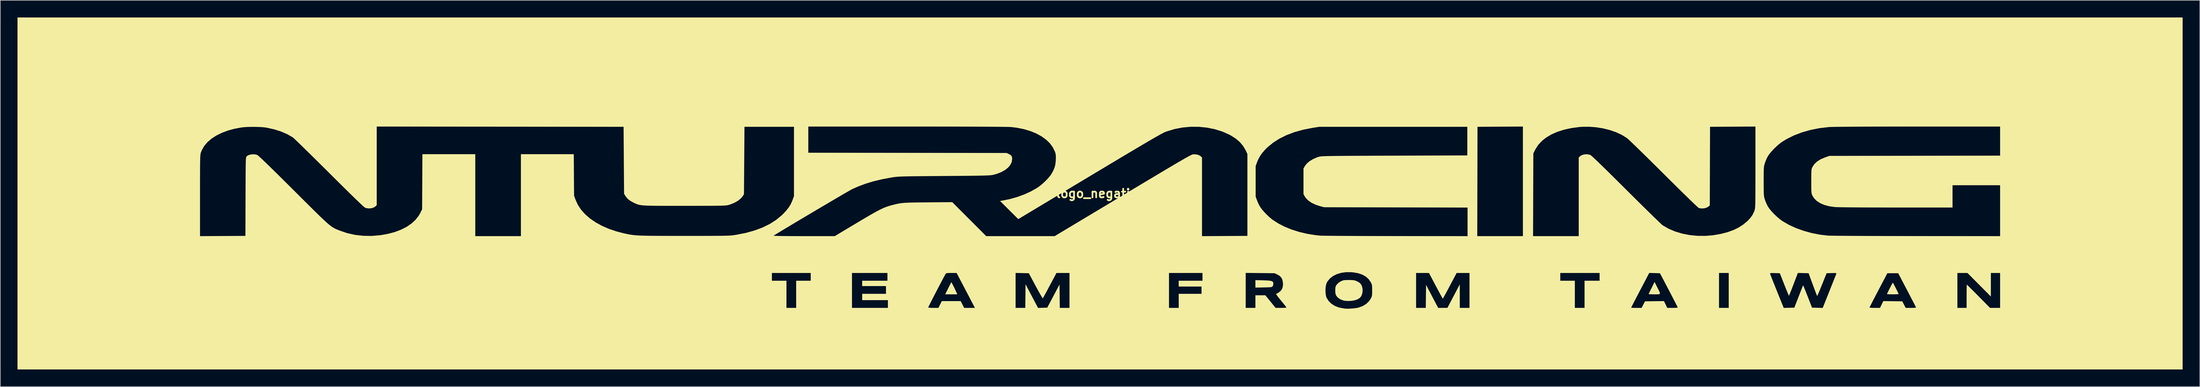
<source format=kicad_pcb>
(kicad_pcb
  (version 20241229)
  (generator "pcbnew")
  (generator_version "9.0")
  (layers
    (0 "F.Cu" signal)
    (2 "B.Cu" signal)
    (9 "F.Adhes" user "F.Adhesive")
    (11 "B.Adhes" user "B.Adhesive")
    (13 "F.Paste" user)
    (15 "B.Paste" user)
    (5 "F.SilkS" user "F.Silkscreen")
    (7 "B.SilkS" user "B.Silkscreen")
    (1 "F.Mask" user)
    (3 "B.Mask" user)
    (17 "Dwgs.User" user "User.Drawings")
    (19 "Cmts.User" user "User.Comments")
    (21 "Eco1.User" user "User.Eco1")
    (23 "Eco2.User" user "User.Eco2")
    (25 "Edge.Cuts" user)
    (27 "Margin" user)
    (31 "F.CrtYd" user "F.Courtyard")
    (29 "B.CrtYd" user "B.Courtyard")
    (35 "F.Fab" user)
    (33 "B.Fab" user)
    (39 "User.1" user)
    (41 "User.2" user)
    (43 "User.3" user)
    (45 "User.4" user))
  (footprint "logo_negative"
    (layer "F.Cu")
    (at 188.807 30.734)
    (property "Reference" "logo_negative" (at 0 0 0) (layer "F.SilkS") (effects (font (size 1.5 1.5) (thickness 0.3))))
    (attr board_only exclude_from_pos_files exclude_from_bom)
    (fp_poly (pts (xy -25.898 15.562) (xy -25.795 15.74) (xy -25.653 16.008) (xy -25.487 16.337) (xy -25.314 16.694) (xy -25.15 17.049) (xy -25.107 17.145) (xy -24.901 17.611) (xy -25.956 17.611) (xy -27.01 17.611) (xy -26.492 16.573) (xy -26.301 16.194) (xy -26.138 15.872) (xy -26.017 15.636) (xy -25.952 15.516) (xy -25.946 15.506)) (stroke (width 0) (type solid)) (fill yes) (layer "F.SilkS"))
    (fp_poly (pts (xy 28.431 15.168) (xy 29.034 15.187) (xy 29.488 15.22) (xy 29.813 15.273) (xy 30.029 15.353) (xy 30.155 15.466) (xy 30.213 15.619) (xy 30.223 15.771) (xy 30.182 16.021) (xy 30.093 16.214) (xy 30.034 16.276) (xy 29.947 16.322) (xy 29.808 16.354) (xy 29.59 16.377) (xy 29.267 16.392) (xy 28.814 16.404) (xy 28.529 16.41) (xy 27.093 16.436) (xy 27.093 15.787) (xy 27.093 15.138)) (stroke (width 0) (type solid)) (fill yes) (layer "F.SilkS"))
    (fp_poly (pts (xy 97.154 16.342) (xy 97.393 16.814) (xy 97.557 17.153) (xy 97.638 17.38) (xy 97.628 17.517) (xy 97.52 17.587) (xy 97.305 17.612) (xy 96.975 17.612) (xy 96.695 17.611) (xy 96.302 17.607) (xy 95.978 17.598) (xy 95.758 17.584) (xy 95.673 17.568) (xy 95.673 17.567) (xy 95.709 17.479) (xy 95.808 17.27) (xy 95.955 16.967) (xy 96.137 16.599) (xy 96.192 16.489) (xy 96.71 15.455)) (stroke (width 0) (type solid)) (fill yes) (layer "F.SilkS"))
    (fp_poly (pts (xy 138.31 15.649) (xy 138.416 15.837) (xy 138.561 16.109) (xy 138.728 16.43) (xy 138.899 16.766) (xy 139.056 17.082) (xy 139.182 17.345) (xy 139.26 17.519) (xy 139.277 17.569) (xy 139.197 17.585) (xy 138.982 17.598) (xy 138.662 17.607) (xy 138.271 17.611) (xy 138.261 17.611) (xy 137.868 17.607) (xy 137.547 17.599) (xy 137.328 17.586) (xy 137.245 17.57) (xy 137.245 17.569) (xy 137.281 17.473) (xy 137.377 17.265) (xy 137.515 16.981) (xy 137.679 16.654) (xy 137.851 16.319) (xy 138.012 16.011) (xy 138.146 15.763) (xy 138.235 15.611) (xy 138.261 15.579)) (stroke (width 0) (type solid)) (fill yes) (layer "F.SilkS"))
    (fp_poly (pts (xy 43.392 15.113) (xy 43.835 15.119) (xy 44.156 15.14) (xy 44.401 15.182) (xy 44.618 15.253) (xy 44.743 15.307) (xy 45.111 15.497) (xy 45.361 15.689) (xy 45.542 15.927) (xy 45.645 16.129) (xy 45.771 16.558) (xy 45.793 17.032) (xy 45.721 17.501) (xy 45.561 17.916) (xy 45.327 18.221) (xy 45.155 18.339) (xy 44.899 18.479) (xy 44.744 18.552) (xy 44.367 18.668) (xy 43.886 18.744) (xy 43.364 18.776) (xy 42.862 18.76) (xy 42.444 18.694) (xy 42.414 18.686) (xy 41.871 18.468) (xy 41.446 18.162) (xy 41.216 17.882) (xy 41.108 17.673) (xy 41.048 17.443) (xy 41.024 17.133) (xy 41.021 16.926) (xy 41.029 16.576) (xy 41.061 16.336) (xy 41.133 16.143) (xy 41.26 15.939) (xy 41.265 15.932) (xy 41.618 15.57) (xy 41.984 15.347) (xy 42.214 15.242) (xy 42.419 15.174) (xy 42.649 15.135) (xy 42.951 15.117) (xy 43.371 15.113)) (stroke (width 0) (type solid)) (fill yes) (layer "F.SilkS"))
    (fp_poly (pts (xy 188.807 0) (xy 188.807 30.734) (xy 0 30.734) (xy -188.807 30.734) (xy -188.807 13.885) (xy -57.235 13.885) (xy -57.235 14.563) (xy -57.235 15.24) (xy -55.965 15.24) (xy -54.695 15.24) (xy -54.695 17.611) (xy -54.695 19.981) (xy -53.848 19.981) (xy -53.001 19.981) (xy -53.001 17.611) (xy -53.001 15.24) (xy -51.731 15.24) (xy -50.461 15.24) (xy -50.461 14.563) (xy -50.461 13.885) (xy -43.265 13.885) (xy -43.265 16.933) (xy -43.265 19.981) (xy -40.132 19.981) (xy -36.999 19.981) (xy -36.999 19.895) (xy -29.972 19.895) (xy -29.891 19.936) (xy -29.66 19.964) (xy -29.301 19.979) (xy -29.084 19.981) (xy -28.196 19.981) (xy -27.898 19.389) (xy -27.599 18.796) (xy -25.95 18.796) (xy -24.301 18.796) (xy -24.003 19.389) (xy -23.705 19.981) (xy -22.767 19.981) (xy -21.829 19.981) (xy -22.523 18.648) (xy -22.785 18.146) (xy -23.099 17.544) (xy -23.441 16.891) (xy -23.783 16.237) (xy -24.101 15.631) (xy -24.117 15.6) (xy -25.018 13.885) (xy -25.927 13.885) (xy -26.332 13.888) (xy -26.601 13.899) (xy -26.769 13.925) (xy -26.87 13.973) (xy -26.937 14.049) (xy -26.954 14.076) (xy -27.04 14.226) (xy -27.188 14.498) (xy -27.386 14.869) (xy -27.625 15.322) (xy -27.895 15.834) (xy -28.184 16.388) (xy -28.482 16.961) (xy -28.78 17.536) (xy -29.066 18.09) (xy -29.33 18.605) (xy -29.562 19.06) (xy -29.752 19.436) (xy -29.889 19.712) (xy -29.962 19.868) (xy -29.972 19.895) (xy -36.999 19.895) (xy -36.999 19.304) (xy -36.999 18.627) (xy -39.243 18.627) (xy -41.487 18.627) (xy -41.487 18.076) (xy -41.487 17.526) (xy -39.412 17.526) (xy -37.338 17.526) (xy -37.338 16.849) (xy -37.338 16.171) (xy -39.412 16.171) (xy -41.487 16.171) (xy -41.487 15.706) (xy -41.487 15.24) (xy -39.285 15.24) (xy -37.084 15.24) (xy -37.084 14.563) (xy -37.084 13.885) (xy -40.174 13.885) (xy -43.265 13.885) (xy -50.461 13.885) (xy -53.848 13.885) (xy -57.235 13.885) (xy -188.807 13.885) (xy -188.807 13.881) (xy -14.732 13.881) (xy -14.732 16.931) (xy -14.732 19.981) (xy -13.887 19.981) (xy -13.042 19.981) (xy -13.019 17.915) (xy -12.996 15.849) (xy -11.908 17.918) (xy -10.819 19.987) (xy -10.015 19.963) (xy -9.211 19.939) (xy -8.14 17.919) (xy -7.07 15.9) (xy -7.047 17.94) (xy -7.024 19.981) (xy -6.179 19.981) (xy -5.334 19.981) (xy -5.334 16.933) (xy -5.334 13.885) (xy 12.023 13.885) (xy 12.023 16.933) (xy 12.023 19.981) (xy 12.869 19.981) (xy 13.716 19.981) (xy 13.716 18.754) (xy 13.716 17.526) (xy 15.706 17.526) (xy 17.695 17.526) (xy 17.695 16.891) (xy 17.695 16.256) (xy 15.706 16.256) (xy 13.716 16.256) (xy 13.716 15.748) (xy 13.716 15.24) (xy 15.79 15.24) (xy 17.865 15.24) (xy 17.865 14.563) (xy 17.865 13.885) (xy 14.944 13.885) (xy 12.023 13.885) (xy -5.334 13.885) (xy -6.469 13.885) (xy -7.604 13.885) (xy -8.764 16.066) (xy -9.062 16.623) (xy -9.335 17.133) (xy -9.574 17.575) (xy -9.768 17.93) (xy -9.906 18.179) (xy -9.978 18.302) (xy -9.984 18.311) (xy -10.038 18.256) (xy -10.16 18.069) (xy -10.34 17.767) (xy -10.568 17.368) (xy -10.834 16.891) (xy -11.128 16.352) (xy -11.236 16.152) (xy -12.426 13.928) (xy -13.579 13.904) (xy -14.732 13.881) (xy -188.807 13.881) (xy -188.807 13.874) (xy 25.4 13.874) (xy 25.4 16.928) (xy 25.4 19.981) (xy 26.247 19.981) (xy 27.093 19.981) (xy 27.093 18.881) (xy 27.093 17.78) (xy 27.964 17.78) (xy 28.835 17.78) (xy 29.721 18.877) (xy 30.607 19.974) (xy 31.559 19.978) (xy 31.938 19.974) (xy 32.245 19.961) (xy 32.447 19.94) (xy 32.51 19.918) (xy 32.458 19.835) (xy 32.315 19.645) (xy 32.098 19.369) (xy 31.825 19.031) (xy 31.565 18.716) (xy 31.265 18.346) (xy 31.014 18.024) (xy 30.828 17.769) (xy 30.722 17.603) (xy 30.709 17.549) (xy 30.825 17.489) (xy 31.029 17.369) (xy 31.176 17.278) (xy 31.464 17.035) (xy 39.313 17.035) (xy 39.348 17.552) (xy 39.433 18) (xy 39.511 18.218) (xy 39.855 18.768) (xy 40.332 19.242) (xy 40.915 19.621) (xy 41.579 19.886) (xy 41.952 19.973) (xy 42.265 20.029) (xy 42.539 20.078) (xy 42.672 20.102) (xy 42.945 20.124) (xy 43.335 20.122) (xy 43.788 20.099) (xy 44.254 20.06) (xy 44.682 20.007) (xy 44.821 19.981) (xy 55.118 19.981) (xy 55.963 19.981) (xy 56.808 19.981) (xy 56.831 17.971) (xy 56.854 15.96) (xy 57.912 17.97) (xy 58.97 19.979) (xy 59.775 19.979) (xy 60.579 19.978) (xy 61.657 17.927) (xy 62.735 15.875) (xy 62.737 17.928) (xy 62.738 19.981) (xy 63.585 19.981) (xy 64.431 19.981) (xy 64.431 16.933) (xy 64.431 13.885) (xy 80.264 13.885) (xy 80.264 14.563) (xy 80.264 15.24) (xy 81.534 15.24) (xy 82.804 15.24) (xy 82.804 17.611) (xy 82.804 19.981) (xy 83.651 19.981) (xy 84.497 19.981) (xy 84.497 19.94) (xy 92.625 19.94) (xy 92.704 19.957) (xy 92.918 19.97) (xy 93.232 19.979) (xy 93.535 19.981) (xy 94.446 19.981) (xy 94.742 19.41) (xy 95.038 18.838) (xy 96.693 18.815) (xy 98.348 18.793) (xy 98.636 19.387) (xy 98.923 19.981) (xy 99.838 19.981) (xy 100.209 19.976) (xy 100.507 19.961) (xy 100.699 19.939) (xy 100.753 19.918) (xy 100.715 19.831) (xy 100.606 19.611) (xy 100.435 19.274) (xy 100.211 18.836) (xy 99.942 18.315) (xy 99.636 17.725) (xy 99.301 17.084) (xy 99.201 16.891) (xy 97.649 13.928) (xy 96.713 13.904) (xy 95.988 13.885) (xy 107.95 13.885) (xy 107.95 16.933) (xy 107.95 19.981) (xy 108.797 19.981) (xy 109.643 19.981) (xy 109.643 16.933) (xy 109.643 13.956) (xy 116.856 13.956) (xy 116.856 14.022) (xy 116.861 14.04) (xy 116.901 14.153) (xy 116.998 14.404) (xy 117.143 14.775) (xy 117.33 15.248) (xy 117.551 15.803) (xy 117.799 16.421) (xy 118.066 17.086) (xy 118.069 17.093) (xy 119.235 19.987) (xy 120.161 19.963) (xy 121.087 19.939) (xy 121.836 18.005) (xy 122.044 17.469) (xy 122.232 16.988) (xy 122.392 16.583) (xy 122.515 16.276) (xy 122.592 16.09) (xy 122.614 16.042) (xy 122.652 16.109) (xy 122.741 16.313) (xy 122.874 16.634) (xy 123.043 17.05) (xy 123.237 17.542) (xy 123.407 17.975) (xy 124.17 19.939) (xy 125.102 19.963) (xy 126.034 19.987) (xy 126.062 19.918) (xy 134.198 19.918) (xy 134.276 19.944) (xy 134.49 19.964) (xy 134.803 19.978) (xy 135.112 19.981) (xy 136.027 19.981) (xy 136.314 19.387) (xy 136.602 18.793) (xy 138.257 18.815) (xy 139.912 18.838) (xy 140.208 19.41) (xy 140.504 19.981) (xy 141.424 19.981) (xy 141.842 19.977) (xy 142.113 19.962) (xy 142.26 19.934) (xy 142.304 19.889) (xy 142.301 19.872) (xy 142.253 19.775) (xy 142.136 19.545) (xy 141.957 19.199) (xy 141.726 18.754) (xy 141.451 18.226) (xy 141.141 17.633) (xy 140.805 16.991) (xy 140.729 16.845) (xy 139.199 13.928) (xy 138.253 13.928) (xy 137.307 13.928) (xy 135.753 16.891) (xy 135.411 17.544) (xy 135.095 18.15) (xy 134.814 18.693) (xy 134.576 19.157) (xy 134.388 19.525) (xy 134.261 19.78) (xy 134.201 19.907) (xy 134.198 19.918) (xy 126.062 19.918) (xy 127.192 17.084) (xy 127.457 16.418) (xy 127.704 15.798) (xy 127.925 15.242) (xy 128.113 14.769) (xy 128.26 14.397) (xy 128.36 14.145) (xy 128.404 14.031) (xy 128.404 14.03) (xy 128.417 13.963) (xy 128.376 13.921) (xy 128.254 13.899) (xy 128.023 13.894) (xy 127.655 13.902) (xy 127.586 13.903) (xy 126.711 13.928) (xy 125.909 15.937) (xy 125.69 16.478) (xy 125.491 16.961) (xy 125.319 17.364) (xy 125.184 17.668) (xy 125.095 17.853) (xy 125.06 17.901) (xy 125.02 17.812) (xy 124.929 17.585) (xy 124.798 17.244) (xy 124.634 16.811) (xy 124.445 16.306) (xy 124.292 15.891) (xy 123.569 13.928) (xy 122.634 13.904) (xy 121.905 13.885) (xy 149.521 13.885) (xy 149.521 16.933) (xy 149.521 19.981) (xy 150.326 19.981) (xy 151.13 19.981) (xy 151.13 17.949) (xy 151.132 17.383) (xy 151.136 16.877) (xy 151.142 16.456) (xy 151.151 16.141) (xy 151.16 15.957) (xy 151.168 15.917) (xy 151.234 15.975) (xy 151.405 16.14) (xy 151.667 16.398) (xy 152.005 16.734) (xy 152.407 17.136) (xy 152.856 17.589) (xy 153.213 17.949) (xy 155.22 19.981) (xy 156.096 19.981) (xy 156.972 19.981) (xy 156.972 16.933) (xy 156.972 13.885) (xy 156.168 13.885) (xy 155.363 13.885) (xy 155.362 15.938) (xy 155.36 17.992) (xy 153.319 15.938) (xy 151.277 13.885) (xy 150.399 13.885) (xy 149.521 13.885) (xy 121.905 13.885) (xy 121.699 13.88) (xy 120.942 15.871) (xy 120.734 16.414) (xy 120.544 16.9) (xy 120.381 17.309) (xy 120.254 17.619) (xy 120.171 17.809) (xy 120.142 17.861) (xy 120.101 17.785) (xy 120.007 17.572) (xy 119.87 17.244) (xy 119.697 16.822) (xy 119.498 16.327) (xy 119.327 15.893) (xy 118.554 13.928) (xy 117.686 13.903) (xy 117.297 13.895) (xy 117.048 13.897) (xy 116.91 13.916) (xy 116.856 13.956) (xy 109.643 13.956) (xy 109.643 13.885) (xy 108.797 13.885) (xy 107.95 13.885) (xy 95.988 13.885) (xy 95.778 13.88) (xy 94.202 16.889) (xy 93.858 17.546) (xy 93.54 18.156) (xy 93.256 18.702) (xy 93.015 19.168) (xy 92.825 19.539) (xy 92.694 19.797) (xy 92.63 19.927) (xy 92.625 19.94) (xy 84.497 19.94) (xy 84.497 17.611) (xy 84.497 15.24) (xy 85.81 15.24) (xy 87.122 15.24) (xy 87.122 14.563) (xy 87.122 13.885) (xy 83.693 13.885) (xy 80.264 13.885) (xy 64.431 13.885) (xy 63.309 13.885) (xy 62.188 13.886) (xy 61.002 16.127) (xy 60.704 16.689) (xy 60.43 17.2) (xy 60.19 17.64) (xy 59.996 17.993) (xy 59.857 18.238) (xy 59.783 18.359) (xy 59.775 18.368) (xy 59.726 18.296) (xy 59.609 18.093) (xy 59.433 17.777) (xy 59.208 17.365) (xy 58.946 16.877) (xy 58.654 16.331) (xy 58.547 16.128) (xy 57.362 13.888) (xy 56.24 13.886) (xy 55.118 13.885) (xy 55.118 16.933) (xy 55.118 19.981) (xy 44.821 19.981) (xy 45.02 19.945) (xy 45.053 19.936) (xy 45.794 19.671) (xy 46.419 19.291) (xy 46.921 18.803) (xy 47.23 18.334) (xy 47.329 18.132) (xy 47.394 17.947) (xy 47.432 17.733) (xy 47.45 17.447) (xy 47.456 17.047) (xy 47.456 16.933) (xy 47.452 16.5) (xy 47.438 16.192) (xy 47.405 15.965) (xy 47.347 15.777) (xy 47.257 15.583) (xy 47.23 15.533) (xy 46.848 14.97) (xy 46.348 14.516) (xy 45.726 14.167) (xy 44.976 13.92) (xy 44.094 13.773) (xy 43.801 13.748) (xy 42.904 13.745) (xy 42.07 13.858) (xy 41.315 14.08) (xy 40.655 14.405) (xy 40.106 14.826) (xy 39.683 15.335) (xy 39.511 15.648) (xy 39.394 16.026) (xy 39.329 16.507) (xy 39.313 17.035) (xy 31.464 17.035) (xy 31.554 16.958) (xy 31.793 16.559) (xy 31.9 16.066) (xy 31.899 15.657) (xy 31.813 15.124) (xy 31.626 14.712) (xy 31.322 14.392) (xy 30.918 14.153) (xy 30.438 13.928) (xy 27.919 13.901) (xy 25.4 13.874) (xy -188.807 13.874) (xy -188.807 7.452) (xy -156.972 7.452) (xy -153.014 7.43) (xy -149.056 7.408) (xy -149.034 0.555) (xy -149.03 -0.681) (xy -149.026 -1.76) (xy -149.022 -2.692) (xy -149.018 -3.487) (xy -149.013 -4.158) (xy -149.007 -4.716) (xy -148.999 -5.171) (xy -148.99 -5.535) (xy -148.979 -5.819) (xy -148.965 -6.034) (xy -148.949 -6.192) (xy -148.93 -6.303) (xy -148.908 -6.378) (xy -148.882 -6.43) (xy -148.852 -6.468) (xy -148.837 -6.485) (xy -148.56 -6.674) (xy -148.178 -6.796) (xy -147.745 -6.846) (xy -147.313 -6.816) (xy -147 -6.727) (xy -146.892 -6.653) (xy -146.691 -6.483) (xy -146.394 -6.213) (xy -145.998 -5.841) (xy -145.5 -5.364) (xy -144.899 -4.78) (xy -144.191 -4.087) (xy -143.374 -3.282) (xy -142.445 -2.362) (xy -141.402 -1.326) (xy -140.631 -0.557) (xy -139.62 0.451) (xy -138.721 1.348) (xy -137.925 2.14) (xy -137.225 2.834) (xy -136.611 3.438) (xy -136.076 3.96) (xy -135.612 4.405) (xy -135.209 4.783) (xy -134.86 5.1) (xy -134.557 5.363) (xy -134.29 5.581) (xy -134.053 5.759) (xy -133.836 5.905) (xy -133.632 6.028) (xy -133.431 6.133) (xy -133.226 6.229) (xy -133.008 6.322) (xy -132.77 6.42) (xy -132.671 6.461) (xy -131.348 6.916) (xy -129.952 7.228) (xy -128.501 7.394) (xy -127.015 7.415) (xy -125.511 7.288) (xy -124.206 7.057) (xy -122.99 6.73) (xy -121.892 6.314) (xy -120.917 5.815) (xy -120.074 5.235) (xy -119.369 4.581) (xy -118.81 3.856) (xy -118.555 3.403) (xy -118.237 2.761) (xy -118.213 -2.049) (xy -118.189 -6.858) (xy -113.578 -6.858) (xy -108.966 -6.858) (xy -108.966 0.296) (xy -108.966 7.451) (xy -104.987 7.451) (xy -101.007 7.451) (xy -101.007 0.296) (xy -101.007 -6.858) (xy -96.398 -6.858) (xy -91.789 -6.858) (xy -91.762 -3.239) (xy -91.736 0.381) (xy -91.475 1.111) (xy -91.068 2.001) (xy -90.505 2.847) (xy -89.794 3.642) (xy -88.945 4.378) (xy -87.967 5.051) (xy -86.867 5.654) (xy -85.655 6.181) (xy -84.34 6.625) (xy -83.354 6.885) (xy -82.993 6.97) (xy -82.663 7.045) (xy -82.352 7.111) (xy -82.048 7.169) (xy -81.74 7.218) (xy -81.414 7.26) (xy -81.058 7.296) (xy -80.661 7.325) (xy -80.21 7.349) (xy -79.693 7.367) (xy -79.098 7.382) (xy -78.413 7.392) (xy -77.624 7.399) (xy -76.721 7.404) (xy -75.691 7.407) (xy -74.522 7.408) (xy -73.202 7.408) (xy -72.517 7.408) (xy -71.184 7.408) (xy -70.008 7.408) (xy -68.978 7.407) (xy -68.083 7.405) (xy -67.31 7.402) (xy -66.647 7.398) (xy -66.084 7.392) (xy -65.609 7.385) (xy -65.296 7.378) (xy -56.934 7.378) (xy -56.866 7.391) (xy -56.642 7.403) (xy -56.275 7.414) (xy -55.778 7.424) (xy -55.163 7.433) (xy -54.444 7.44) (xy -53.634 7.446) (xy -52.746 7.449) (xy -51.792 7.451) (xy -51.644 7.451) (xy -46.273 7.451) (xy -42.462 5.168) (xy -41.501 4.594) (xy -40.668 4.102) (xy -39.949 3.684) (xy -39.328 3.333) (xy -38.789 3.04) (xy -38.318 2.797) (xy -37.899 2.598) (xy -37.517 2.435) (xy -37.156 2.299) (xy -36.802 2.183) (xy -36.439 2.079) (xy -36.274 2.035) (xy -35.892 1.938) (xy -35.554 1.855) (xy -35.241 1.787) (xy -34.935 1.731) (xy -34.617 1.686) (xy -34.268 1.65) (xy -33.871 1.623) (xy -33.405 1.602) (xy -32.853 1.586) (xy -32.197 1.574) (xy -31.416 1.564) (xy -30.494 1.556) (xy -30.014 1.552) (xy -25.781 1.516) (xy -22.818 4.483) (xy -19.855 7.451) (xy -13.886 7.451) (xy -7.917 7.451) (xy 3.958 0.326) (xy 5.514 -0.607) (xy 6.931 -1.457) (xy 8.217 -2.227) (xy 9.378 -2.921) (xy 10.419 -3.543) (xy 11.349 -4.097) (xy 12.173 -4.586) (xy 12.898 -5.015) (xy 13.531 -5.388) (xy 14.078 -5.707) (xy 14.545 -5.977) (xy 14.94 -6.202) (xy 15.269 -6.386) (xy 15.538 -6.532) (xy 15.755 -6.645) (xy 15.925 -6.728) (xy 16.055 -6.785) (xy 16.152 -6.819) (xy 16.223 -6.835) (xy 16.235 -6.837) (xy 16.693 -6.831) (xy 17.123 -6.735) (xy 17.471 -6.564) (xy 17.578 -6.475) (xy 17.78 -6.273) (xy 17.78 0.59) (xy 17.78 7.452) (xy 21.738 7.43) (xy 25.696 7.408) (xy 25.696 0.55) (xy 27.136 0.55) (xy 27.363 1.171) (xy 27.519 1.558) (xy 27.706 1.959) (xy 27.871 2.268) (xy 28.149 2.67) (xy 28.531 3.13) (xy 28.981 3.61) (xy 29.463 4.071) (xy 29.94 4.475) (xy 30.067 4.572) (xy 31.05 5.217) (xy 32.169 5.794) (xy 33.402 6.296) (xy 34.727 6.716) (xy 36.121 7.046) (xy 37.563 7.278) (xy 38.389 7.363) (xy 38.562 7.371) (xy 38.895 7.378) (xy 39.377 7.385) (xy 39.998 7.392) (xy 40.748 7.399) (xy 41.616 7.405) (xy 42.593 7.411) (xy 43.669 7.417) (xy 44.833 7.422) (xy 46.075 7.427) (xy 47.385 7.431) (xy 48.753 7.434) (xy 50.169 7.437) (xy 51.622 7.439) (xy 51.626 7.439) (xy 64.093 7.451) (xy 65.785 7.451) (xy 69.765 7.451) (xy 73.745 7.451) (xy 75.518 7.451) (xy 79.5 7.451) (xy 83.481 7.451) (xy 83.481 0.589) (xy 83.481 -6.273) (xy 83.682 -6.474) (xy 84.001 -6.687) (xy 84.417 -6.815) (xy 84.875 -6.85) (xy 85.323 -6.786) (xy 85.495 -6.727) (xy 85.602 -6.655) (xy 85.801 -6.487) (xy 86.095 -6.22) (xy 86.487 -5.852) (xy 86.979 -5.381) (xy 87.574 -4.803) (xy 88.275 -4.117) (xy 89.085 -3.319) (xy 90.006 -2.407) (xy 91.04 -1.379) (xy 91.779 -0.643) (xy 92.622 0.197) (xy 93.438 1.007) (xy 94.217 1.778) (xy 94.95 2.502) (xy 95.63 3.17) (xy 96.246 3.774) (xy 96.792 4.305) (xy 97.257 4.754) (xy 97.633 5.114) (xy 97.911 5.375) (xy 98.084 5.53) (xy 98.129 5.565) (xy 99.161 6.159) (xy 100.304 6.642) (xy 101.536 7.012) (xy 102.838 7.265) (xy 104.189 7.398) (xy 105.568 7.408) (xy 106.955 7.293) (xy 108.285 7.059) (xy 109.442 6.756) (xy 110.459 6.392) (xy 111.358 5.956) (xy 112.161 5.439) (xy 112.891 4.828) (xy 112.924 4.797) (xy 113.435 4.251) (xy 113.814 3.708) (xy 114.088 3.124) (xy 114.13 3.007) (xy 114.16 2.915) (xy 114.187 2.817) (xy 114.21 2.703) (xy 114.229 2.561) (xy 114.246 2.38) (xy 114.259 2.148) (xy 114.271 1.853) (xy 114.28 1.485) (xy 114.286 1.031) (xy 114.292 0.481) (xy 114.295 -0.177) (xy 114.298 -0.955) (xy 114.299 -1.863) (xy 114.299 -2.117) (xy 115.739 -2.117) (xy 115.74 -1.392) (xy 115.742 -0.814) (xy 115.748 -0.36) (xy 115.759 -0.007) (xy 115.776 0.268) (xy 115.801 0.488) (xy 115.835 0.675) (xy 115.881 0.852) (xy 115.938 1.042) (xy 115.949 1.075) (xy 116.099 1.486) (xy 116.291 1.923) (xy 116.478 2.283) (xy 116.755 2.686) (xy 117.138 3.145) (xy 117.593 3.626) (xy 118.084 4.091) (xy 118.574 4.507) (xy 118.999 4.816) (xy 120.11 5.463) (xy 121.347 6.033) (xy 122.683 6.517) (xy 124.088 6.906) (xy 125.534 7.19) (xy 126.915 7.355) (xy 127.095 7.363) (xy 127.435 7.371) (xy 127.926 7.378) (xy 128.558 7.386) (xy 129.321 7.393) (xy 130.208 7.4) (xy 131.207 7.406) (xy 132.311 7.412) (xy 133.509 7.418) (xy 134.792 7.423) (xy 136.151 7.427) (xy 137.576 7.431) (xy 139.058 7.434) (xy 140.589 7.437) (xy 142.157 7.439) (xy 142.388 7.439) (xy 156.972 7.451) (xy 156.972 3.006) (xy 156.972 -1.439) (xy 152.823 -1.439) (xy 148.675 -1.439) (xy 148.675 0.508) (xy 148.675 2.455) (xy 138.875 2.455) (xy 137.424 2.454) (xy 136.042 2.451) (xy 134.739 2.448) (xy 133.523 2.443) (xy 132.405 2.437) (xy 131.394 2.429) (xy 130.499 2.421) (xy 129.729 2.412) (xy 129.093 2.402) (xy 128.602 2.39) (xy 128.265 2.379) (xy 128.126 2.37) (xy 127.175 2.234) (xy 126.329 2.008) (xy 125.598 1.696) (xy 124.993 1.305) (xy 124.525 0.84) (xy 124.239 0.381) (xy 124.176 0.243) (xy 124.128 0.109) (xy 124.093 -0.044) (xy 124.068 -0.24) (xy 124.052 -0.503) (xy 124.043 -0.857) (xy 124.039 -1.326) (xy 124.038 -1.935) (xy 124.038 -2.117) (xy 124.039 -2.765) (xy 124.042 -3.268) (xy 124.05 -3.649) (xy 124.064 -3.934) (xy 124.086 -4.144) (xy 124.118 -4.306) (xy 124.163 -4.442) (xy 124.221 -4.577) (xy 124.239 -4.614) (xy 124.575 -5.13) (xy 125.066 -5.588) (xy 125.705 -5.985) (xy 126.485 -6.315) (xy 126.534 -6.332) (xy 127.212 -6.562) (xy 142.092 -6.584) (xy 156.972 -6.607) (xy 156.972 -9.145) (xy 156.972 -11.684) (xy 142.596 -11.684) (xy 140.452 -11.683) (xy 138.461 -11.682) (xy 136.624 -11.679) (xy 134.943 -11.675) (xy 133.418 -11.67) (xy 132.052 -11.664) (xy 130.846 -11.656) (xy 129.801 -11.648) (xy 128.918 -11.639) (xy 128.199 -11.628) (xy 127.646 -11.616) (xy 127.26 -11.604) (xy 127.08 -11.594) (xy 125.461 -11.402) (xy 123.901 -11.091) (xy 122.416 -10.668) (xy 121.026 -10.137) (xy 119.749 -9.504) (xy 118.999 -9.049) (xy 118.54 -8.712) (xy 118.048 -8.292) (xy 117.558 -7.824) (xy 117.108 -7.344) (xy 116.731 -6.888) (xy 116.478 -6.516) (xy 116.287 -6.147) (xy 116.096 -5.71) (xy 115.949 -5.308) (xy 115.889 -5.114) (xy 115.842 -4.936) (xy 115.806 -4.752) (xy 115.779 -4.54) (xy 115.761 -4.275) (xy 115.749 -3.935) (xy 115.743 -3.499) (xy 115.74 -2.942) (xy 115.739 -2.242) (xy 115.739 -2.117) (xy 114.299 -2.117) (xy 114.3 -2.914) (xy 114.3 -4.119) (xy 114.3 -4.586) (xy 114.3 -11.686) (xy 110.342 -11.664) (xy 106.384 -11.642) (xy 106.362 -4.777) (xy 106.34 2.088) (xy 106.15 2.26) (xy 105.817 2.465) (xy 105.39 2.59) (xy 104.932 2.626) (xy 104.503 2.563) (xy 104.421 2.536) (xy 104.328 2.464) (xy 104.124 2.281) (xy 103.817 1.993) (xy 103.415 1.611) (xy 102.928 1.141) (xy 102.363 0.592) (xy 101.728 -0.029) (xy 101.032 -0.712) (xy 100.284 -1.45) (xy 99.492 -2.235) (xy 98.663 -3.059) (xy 98.298 -3.423) (xy 97.457 -4.261) (xy 96.641 -5.07) (xy 95.86 -5.843) (xy 95.122 -6.57) (xy 94.437 -7.242) (xy 93.813 -7.851) (xy 93.26 -8.388) (xy 92.786 -8.844) (xy 92.401 -9.21) (xy 92.114 -9.478) (xy 91.934 -9.638) (xy 91.893 -9.671) (xy 91.017 -10.218) (xy 90.015 -10.686) (xy 88.914 -11.07) (xy 87.739 -11.364) (xy 86.518 -11.561) (xy 85.278 -11.654) (xy 84.045 -11.639) (xy 83.608 -11.605) (xy 82.221 -11.421) (xy 80.943 -11.143) (xy 79.78 -10.774) (xy 78.738 -10.318) (xy 77.823 -9.779) (xy 77.043 -9.158) (xy 76.404 -8.461) (xy 75.912 -7.69) (xy 75.879 -7.624) (xy 75.565 -6.994) (xy 75.542 0.228) (xy 75.518 7.451) (xy 73.745 7.451) (xy 73.745 -2.118) (xy 73.745 -11.686) (xy 69.787 -11.664) (xy 65.828 -11.642) (xy 65.807 -2.095) (xy 65.785 7.451) (xy 64.093 7.451) (xy 64.093 4.956) (xy 64.093 2.462) (xy 51.583 2.434) (xy 39.074 2.406) (xy 38.375 2.22) (xy 37.583 1.959) (xy 36.894 1.629) (xy 36.324 1.241) (xy 35.892 0.807) (xy 35.726 0.561) (xy 35.477 0.127) (xy 35.477 -2.117) (xy 35.477 -4.36) (xy 35.726 -4.795) (xy 36.057 -5.225) (xy 36.532 -5.629) (xy 37.125 -5.99) (xy 37.81 -6.291) (xy 38.147 -6.404) (xy 38.222 -6.425) (xy 38.311 -6.444) (xy 38.421 -6.461) (xy 38.56 -6.477) (xy 38.738 -6.491) (xy 38.962 -6.503) (xy 39.24 -6.514) (xy 39.582 -6.525) (xy 39.994 -6.534) (xy 40.486 -6.542) (xy 41.066 -6.55) (xy 41.741 -6.556) (xy 42.521 -6.563) (xy 43.413 -6.569) (xy 44.426 -6.574) (xy 45.569 -6.58) (xy 46.848 -6.585) (xy 48.273 -6.591) (xy 49.852 -6.597) (xy 51.35 -6.602) (xy 64.05 -6.646) (xy 64.05 -9.144) (xy 64.05 -11.642) (xy 51.139 -11.641) (xy 38.227 -11.641) (xy 37.036 -11.451) (xy 35.411 -11.131) (xy 33.907 -10.71) (xy 32.528 -10.19) (xy 31.28 -9.572) (xy 30.164 -8.857) (xy 29.185 -8.048) (xy 28.787 -7.65) (xy 28.275 -7.063) (xy 27.88 -6.5) (xy 27.566 -5.906) (xy 27.363 -5.405) (xy 27.136 -4.784) (xy 27.136 -2.117) (xy 27.136 0.55) (xy 25.696 0.55) (xy 25.696 0.254) (xy 25.696 -6.9) (xy 25.392 -7.535) (xy 24.949 -8.291) (xy 24.383 -8.966) (xy 23.682 -9.57) (xy 22.832 -10.115) (xy 22.528 -10.279) (xy 21.307 -10.818) (xy 20.002 -11.225) (xy 18.634 -11.5) (xy 17.227 -11.64) (xy 15.802 -11.646) (xy 14.384 -11.516) (xy 12.993 -11.249) (xy 11.653 -10.844) (xy 11.388 -10.745) (xy 11.25 -10.686) (xy 11.067 -10.598) (xy 10.832 -10.477) (xy 10.54 -10.319) (xy 10.184 -10.121) (xy 9.759 -9.88) (xy 9.257 -9.592) (xy 8.674 -9.253) (xy 8.003 -8.859) (xy 7.237 -8.408) (xy 6.372 -7.895) (xy 5.4 -7.317) (xy 4.316 -6.671) (xy 3.114 -5.953) (xy 1.787 -5.159) (xy 0.33 -4.285) (xy -1.264 -3.329) (xy -1.863 -2.97) (xy -14.266 4.477) (xy -15.855 2.895) (xy -17.444 1.312) (xy -17.04 1.247) (xy -15.737 0.983) (xy -14.45 0.618) (xy -13.214 0.166) (xy -12.063 -0.359) (xy -11.031 -0.946) (xy -10.767 -1.12) (xy -10.307 -1.468) (xy -9.825 -1.886) (xy -9.358 -2.34) (xy -8.941 -2.794) (xy -8.61 -3.211) (xy -8.479 -3.411) (xy -8.162 -3.988) (xy -7.946 -4.504) (xy -7.81 -5.016) (xy -7.738 -5.586) (xy -7.722 -5.864) (xy -7.708 -6.3) (xy -7.715 -6.62) (xy -7.747 -6.875) (xy -7.811 -7.12) (xy -7.874 -7.304) (xy -8.235 -8.055) (xy -8.747 -8.751) (xy -9.401 -9.388) (xy -10.187 -9.959) (xy -11.093 -10.458) (xy -12.11 -10.879) (xy -13.226 -11.217) (xy -14.433 -11.466) (xy -15.452 -11.596) (xy -15.666 -11.607) (xy -16.048 -11.619) (xy -16.597 -11.629) (xy -17.312 -11.638) (xy -18.191 -11.647) (xy -19.233 -11.654) (xy -20.438 -11.661) (xy -21.803 -11.667) (xy -23.328 -11.672) (xy -25.01 -11.676) (xy -26.851 -11.679) (xy -28.846 -11.682) (xy -30.997 -11.683) (xy -33.301 -11.684) (xy -33.634 -11.684) (xy -50.885 -11.684) (xy -50.885 -9.399) (xy -50.885 -7.115) (xy -33.592 -7.092) (xy -16.298 -7.07) (xy -15.903 -6.887) (xy -15.587 -6.705) (xy -15.408 -6.49) (xy -15.334 -6.195) (xy -15.327 -5.996) (xy -15.412 -5.473) (xy -15.654 -4.976) (xy -16.042 -4.515) (xy -16.566 -4.098) (xy -17.213 -3.736) (xy -17.972 -3.436) (xy -18.627 -3.255) (xy -18.748 -3.23) (xy -18.889 -3.207) (xy -19.061 -3.187) (xy -19.274 -3.17) (xy -19.539 -3.154) (xy -19.867 -3.14) (xy -20.269 -3.127) (xy -20.755 -3.116) (xy -21.337 -3.105) (xy -22.026 -3.096) (xy -22.831 -3.086) (xy -23.764 -3.077) (xy -24.837 -3.068) (xy -26.059 -3.058) (xy -27.178 -3.05) (xy -28.519 -3.04) (xy -29.702 -3.031) (xy -30.739 -3.022) (xy -31.642 -3.013) (xy -32.422 -3.005) (xy -33.092 -2.995) (xy -33.662 -2.985) (xy -34.145 -2.974) (xy -34.553 -2.961) (xy -34.896 -2.947) (xy -35.187 -2.93) (xy -35.438 -2.911) (xy -35.659 -2.89) (xy -35.864 -2.865) (xy -36.063 -2.837) (xy -36.268 -2.805) (xy -36.28 -2.803) (xy -37.946 -2.499) (xy -39.478 -2.135) (xy -40.904 -1.703) (xy -42.251 -1.195) (xy -43.222 -0.76) (xy -43.383 -0.675) (xy -43.673 -0.512) (xy -44.077 -0.28) (xy -44.585 0.013) (xy -45.183 0.362) (xy -45.858 0.757) (xy -46.599 1.192) (xy -47.391 1.659) (xy -48.223 2.15) (xy -49.082 2.658) (xy -49.955 3.175) (xy -50.83 3.695) (xy -51.694 4.208) (xy -52.534 4.709) (xy -53.338 5.189) (xy -54.092 5.641) (xy -54.785 6.057) (xy -55.403 6.43) (xy -55.935 6.752) (xy -56.367 7.016) (xy -56.686 7.214) (xy -56.88 7.339) (xy -56.934 7.378) (xy -65.296 7.378) (xy -65.209 7.376) (xy -64.873 7.364) (xy -64.589 7.35) (xy -64.346 7.333) (xy -64.132 7.313) (xy -63.936 7.289) (xy -63.744 7.263) (xy -63.547 7.232) (xy -63.458 7.218) (xy -61.788 6.89) (xy -60.257 6.466) (xy -58.864 5.946) (xy -57.608 5.327) (xy -56.489 4.612) (xy -55.505 3.798) (xy -55.16 3.456) (xy -54.663 2.909) (xy -54.278 2.411) (xy -53.975 1.918) (xy -53.725 1.385) (xy -53.609 1.087) (xy -53.382 0.466) (xy -53.382 -5.588) (xy -53.382 -11.642) (xy -57.7 -11.642) (xy -62.018 -11.642) (xy -62.061 -5.757) (xy -62.103 0.127) (xy -62.305 0.451) (xy -62.65 0.87) (xy -63.137 1.262) (xy -63.74 1.61) (xy -64.43 1.897) (xy -64.77 2.003) (xy -64.876 2.031) (xy -64.992 2.055) (xy -65.131 2.076) (xy -65.304 2.094) (xy -65.522 2.109) (xy -65.797 2.122) (xy -66.14 2.132) (xy -66.562 2.14) (xy -67.076 2.147) (xy -67.691 2.151) (xy -68.421 2.155) (xy -69.275 2.157) (xy -70.267 2.158) (xy -71.406 2.159) (xy -72.517 2.159) (xy -73.825 2.159) (xy -74.976 2.159) (xy -75.981 2.158) (xy -76.851 2.155) (xy -77.6 2.149) (xy -78.238 2.141) (xy -78.777 2.128) (xy -79.228 2.111) (xy -79.605 2.088) (xy -79.918 2.059) (xy -80.179 2.024) (xy -80.4 1.98) (xy -80.593 1.928) (xy -80.769 1.868) (xy -80.941 1.797) (xy -81.119 1.716) (xy -81.316 1.623) (xy -81.352 1.606) (xy -81.956 1.276) (xy -82.414 0.911) (xy -82.751 0.491) (xy -82.784 0.436) (xy -83.016 0.042) (xy -83.058 -5.8) (xy -83.1 -11.642) (xy -104.627 -11.663) (xy -126.153 -11.684) (xy -126.153 -4.822) (xy -126.153 2.04) (xy -126.354 2.241) (xy -126.673 2.453) (xy -127.089 2.581) (xy -127.547 2.617) (xy -127.995 2.553) (xy -128.167 2.494) (xy -128.274 2.422) (xy -128.473 2.253) (xy -128.767 1.987) (xy -129.159 1.619) (xy -129.651 1.148) (xy -130.246 0.57) (xy -130.947 -0.116) (xy -131.757 -0.914) (xy -132.678 -1.826) (xy -133.712 -2.855) (xy -134.451 -3.59) (xy -135.294 -4.43) (xy -136.11 -5.24) (xy -136.889 -6.011) (xy -137.622 -6.735) (xy -138.302 -7.403) (xy -138.918 -8.007) (xy -139.464 -8.538) (xy -139.929 -8.988) (xy -140.305 -9.347) (xy -140.583 -9.609) (xy -140.756 -9.763) (xy -140.801 -9.799) (xy -141.748 -10.346) (xy -142.826 -10.812) (xy -144.011 -11.191) (xy -145.278 -11.472) (xy -145.584 -11.523) (xy -146.038 -11.573) (xy -146.614 -11.608) (xy -147.265 -11.626) (xy -147.944 -11.628) (xy -148.605 -11.613) (xy -149.201 -11.582) (xy -149.685 -11.534) (xy -149.719 -11.53) (xy -150.97 -11.298) (xy -152.13 -10.98) (xy -153.191 -10.58) (xy -154.142 -10.107) (xy -154.973 -9.564) (xy -155.675 -8.959) (xy -156.237 -8.297) (xy -156.65 -7.585) (xy -156.796 -7.216) (xy -156.827 -7.12) (xy -156.855 -7.021) (xy -156.878 -6.908) (xy -156.899 -6.77) (xy -156.916 -6.595) (xy -156.93 -6.372) (xy -156.942 -6.088) (xy -156.951 -5.733) (xy -156.958 -5.296) (xy -156.963 -4.763) (xy -156.967 -4.125) (xy -156.97 -3.37) (xy -156.971 -2.485) (xy -156.972 -1.46) (xy -156.972 -0.283) (xy -156.972 0.379) (xy -156.972 7.452) (xy -188.807 7.452) (xy -188.807 0) (xy -188.807 -30.734) (xy 0 -30.734) (xy 188.807 -30.734)) (stroke (width 0) (type solid)) (fill yes) (layer "F.SilkS")))
  (gr_rect
    (start -3 -3)
    (end 380.613 64.468)
    (stroke (width 0.1) (type default))
    (fill no)
    (layer "Edge.Cuts")))
</source>
